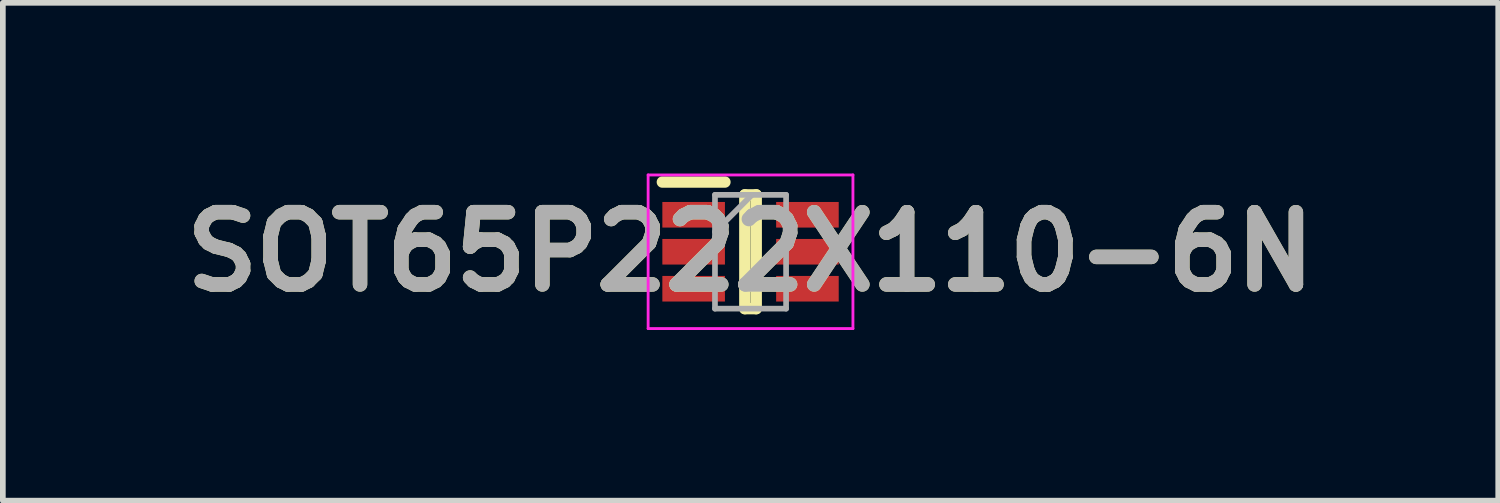
<source format=kicad_pcb>
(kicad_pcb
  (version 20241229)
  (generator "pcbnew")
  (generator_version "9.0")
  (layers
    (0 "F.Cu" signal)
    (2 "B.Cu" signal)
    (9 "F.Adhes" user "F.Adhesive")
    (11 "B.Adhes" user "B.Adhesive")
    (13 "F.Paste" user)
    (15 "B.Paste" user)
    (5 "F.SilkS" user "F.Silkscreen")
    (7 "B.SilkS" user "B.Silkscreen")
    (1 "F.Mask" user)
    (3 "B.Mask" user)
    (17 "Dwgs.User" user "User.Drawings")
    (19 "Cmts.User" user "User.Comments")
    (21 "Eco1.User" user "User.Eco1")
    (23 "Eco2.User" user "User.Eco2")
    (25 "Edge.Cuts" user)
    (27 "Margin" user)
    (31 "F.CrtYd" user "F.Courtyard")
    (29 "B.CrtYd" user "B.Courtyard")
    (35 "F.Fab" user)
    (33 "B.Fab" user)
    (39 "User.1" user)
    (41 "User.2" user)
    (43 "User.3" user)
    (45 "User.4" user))
  (footprint "SOT65P222X110-6N"
    (layer "F.Cu")
    (at 10.142 1.375)
    (property "Reference" "SOT65P222X110-6N" (at 0 0 0) (layer "F.SilkS") (effects (font (size 1.27 1.27) (thickness 0.254))))
    (attr smd)
    (fp_line (start -1.55 -1.225) (end -0.45 -1.225) (stroke (width 0.2) (type solid)) (layer "F.SilkS"))
    (fp_line (start -0.1 -1) (end 0.1 -1) (stroke (width 0.2) (type solid)) (layer "F.SilkS"))
    (fp_line (start -0.1 1) (end -0.1 -1) (stroke (width 0.2) (type solid)) (layer "F.SilkS"))
    (fp_line (start 0.1 -1) (end 0.1 1) (stroke (width 0.2) (type solid)) (layer "F.SilkS"))
    (fp_line (start 0.1 1) (end -0.1 1) (stroke (width 0.2) (type solid)) (layer "F.SilkS"))
    (fp_line (start -1.8 -1.35) (end 1.8 -1.35) (stroke (width 0.05) (type solid)) (layer "F.CrtYd"))
    (fp_line (start -1.8 1.35) (end -1.8 -1.35) (stroke (width 0.05) (type solid)) (layer "F.CrtYd"))
    (fp_line (start 1.8 -1.35) (end 1.8 1.35) (stroke (width 0.05) (type solid)) (layer "F.CrtYd"))
    (fp_line (start 1.8 1.35) (end -1.8 1.35) (stroke (width 0.05) (type solid)) (layer "F.CrtYd"))
    (fp_line (start -0.625 -1) (end 0.625 -1) (stroke (width 0.1) (type solid)) (layer "F.Fab"))
    (fp_line (start -0.625 -0.35) (end 0.025 -1) (stroke (width 0.1) (type solid)) (layer "F.Fab"))
    (fp_line (start -0.625 1) (end -0.625 -1) (stroke (width 0.1) (type solid)) (layer "F.Fab"))
    (fp_line (start 0.625 -1) (end 0.625 1) (stroke (width 0.1) (type solid)) (layer "F.Fab"))
    (fp_line (start 0.625 1) (end -0.625 1) (stroke (width 0.1) (type solid)) (layer "F.Fab"))
    (fp_text user "${REFERENCE}" (at 0 0 0) (layer "F.Fab") (effects (font (size 1.27 1.27) (thickness 0.254))))
    (pad "1" smd rect (at -1 -0.65 90) (size 0.45 1.1) (layers "F.Cu" "F.Mask" "F.Paste"))
    (pad "2" smd rect (at -1 0 90) (size 0.45 1.1) (layers "F.Cu" "F.Mask" "F.Paste"))
    (pad "3" smd rect (at -1 0.65 90) (size 0.45 1.1) (layers "F.Cu" "F.Mask" "F.Paste"))
    (pad "4" smd rect (at 1 0.65 90) (size 0.45 1.1) (layers "F.Cu" "F.Mask" "F.Paste"))
    (pad "5" smd rect (at 1 0 90) (size 0.45 1.1) (layers "F.Cu" "F.Mask" "F.Paste"))
    (pad "6" smd rect (at 1 -0.65 90) (size 0.45 1.1) (layers "F.Cu" "F.Mask" "F.Paste")))
  (gr_rect
    (start -3 -3)
    (end 23.284 5.75)
    (stroke (width 0.1) (type default))
    (fill no)
    (layer "Edge.Cuts")))
</source>
